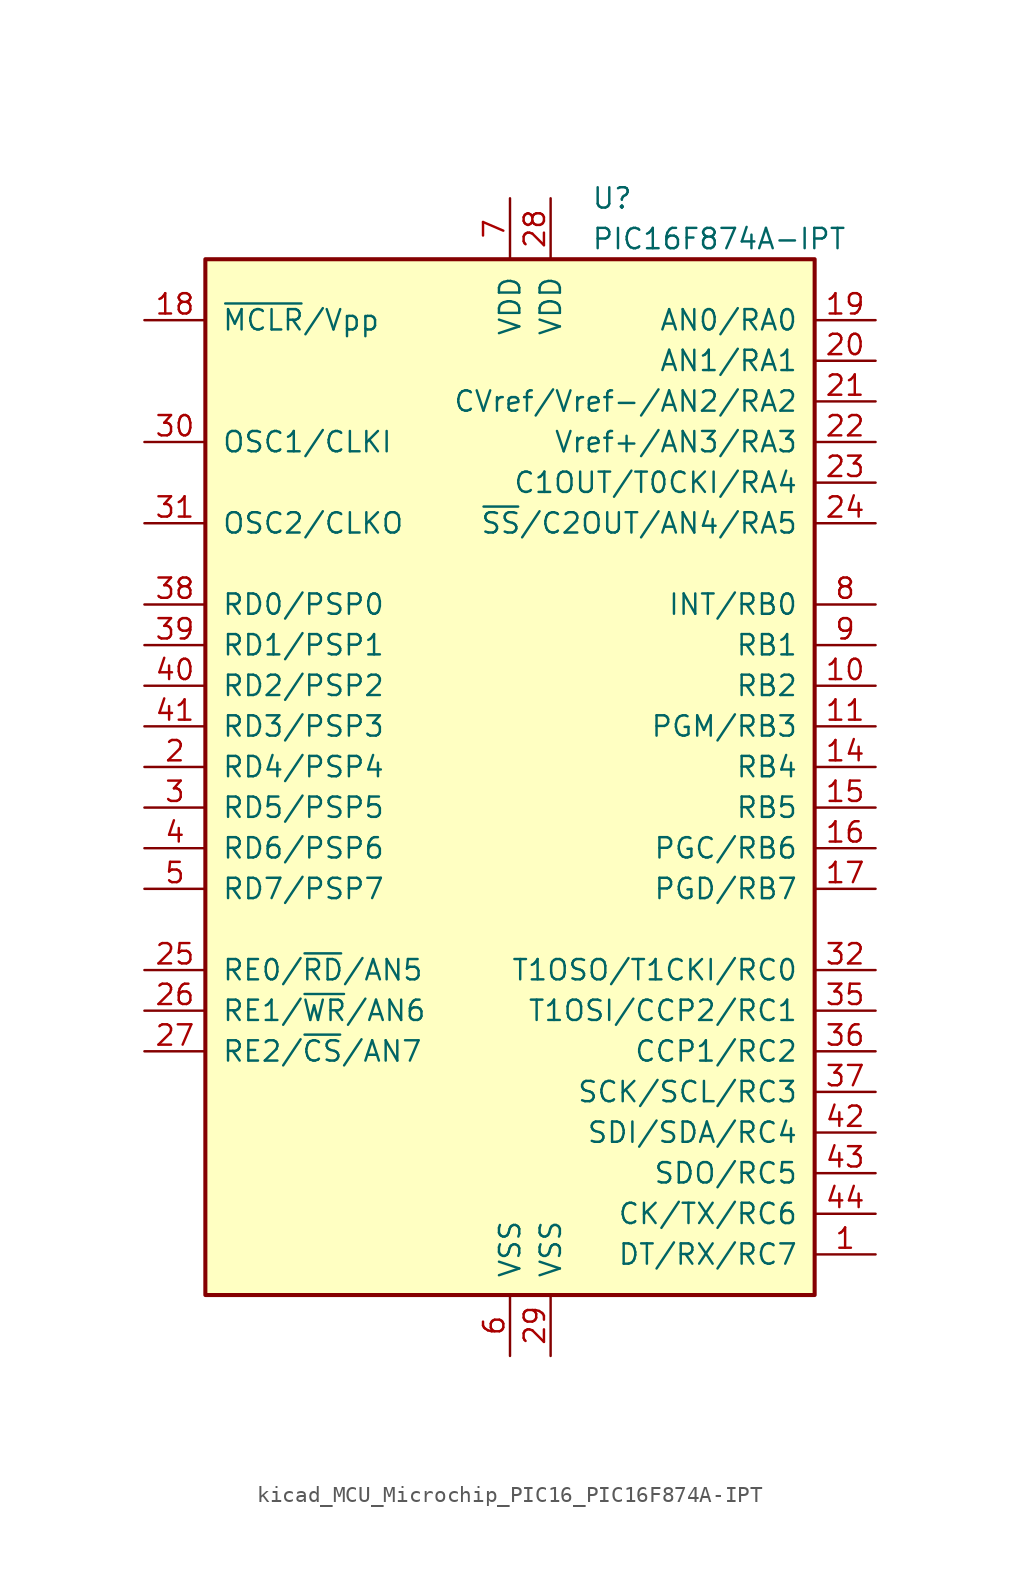
<source format=kicad_sym>
(kicad_symbol_lib
  (version 20220914)
  (generator kicad_symbol_editor)
  (symbol "kicad_MCU_Microchip_PIC16_PIC16F874A-IPT"
    (pin_names
      (offset 1.016))
    (property "Reference" "U"
      (at 5.08 35.56 0)
      (effects (font (size 1.27 1.27)) (justify left)))
    (property "Value" "PIC16F874A-IPT"
      (at 5.08 33.02 0)
      (effects (font (size 1.27 1.27)) (justify left)))
    (symbol "kicad_MCU_Microchip_PIC16_PIC16F874A-IPT_0_1"
      (rectangle (start -19.05 31.75) (end 19.05 -33.02) (stroke (width 0.254) (type default)) (fill (type background))))
    (symbol "kicad_MCU_Microchip_PIC16_PIC16F874A-IPT_1_1"
      (pin bidirectional line (at 22.86 -30.48 180) (length 3.81) (name "DT/RX/RC7" (effects (font (size 1.27 1.27)))) (number "1" (effects (font (size 1.27 1.27)))))
      (pin bidirectional line (at 22.86 5.08 180) (length 3.81) (name "RB2" (effects (font (size 1.27 1.27)))) (number "10" (effects (font (size 1.27 1.27)))))
      (pin bidirectional line (at 22.86 2.54 180) (length 3.81) (name "PGM/RB3" (effects (font (size 1.27 1.27)))) (number "11" (effects (font (size 1.27 1.27)))))
      (pin bidirectional line (at 22.86 0 180) (length 3.81) (name "RB4" (effects (font (size 1.27 1.27)))) (number "14" (effects (font (size 1.27 1.27)))))
      (pin bidirectional line (at 22.86 -2.54 180) (length 3.81) (name "RB5" (effects (font (size 1.27 1.27)))) (number "15" (effects (font (size 1.27 1.27)))))
      (pin bidirectional line (at 22.86 -5.08 180) (length 3.81) (name "PGC/RB6" (effects (font (size 1.27 1.27)))) (number "16" (effects (font (size 1.27 1.27)))))
      (pin bidirectional line (at 22.86 -7.62 180) (length 3.81) (name "PGD/RB7" (effects (font (size 1.27 1.27)))) (number "17" (effects (font (size 1.27 1.27)))))
      (pin input line (at -22.86 27.94 0) (length 3.81) (name "~{MCLR}/Vpp" (effects (font (size 1.27 1.27)))) (number "18" (effects (font (size 1.27 1.27)))))
      (pin bidirectional line (at 22.86 27.94 180) (length 3.81) (name "AN0/RA0" (effects (font (size 1.27 1.27)))) (number "19" (effects (font (size 1.27 1.27)))))
      (pin bidirectional line (at -22.86 0 0) (length 3.81) (name "RD4/PSP4" (effects (font (size 1.27 1.27)))) (number "2" (effects (font (size 1.27 1.27)))))
      (pin bidirectional line (at 22.86 25.4 180) (length 3.81) (name "AN1/RA1" (effects (font (size 1.27 1.27)))) (number "20" (effects (font (size 1.27 1.27)))))
      (pin bidirectional line (at 22.86 22.86 180) (length 3.81) (name "CVref/Vref-/AN2/RA2" (effects (font (size 1.27 1.27)))) (number "21" (effects (font (size 1.27 1.27)))))
      (pin bidirectional line (at 22.86 20.32 180) (length 3.81) (name "Vref+/AN3/RA3" (effects (font (size 1.27 1.27)))) (number "22" (effects (font (size 1.27 1.27)))))
      (pin bidirectional line (at 22.86 17.78 180) (length 3.81) (name "C1OUT/T0CKI/RA4" (effects (font (size 1.27 1.27)))) (number "23" (effects (font (size 1.27 1.27)))))
      (pin bidirectional line (at 22.86 15.24 180) (length 3.81) (name "~{SS}/C2OUT/AN4/RA5" (effects (font (size 1.27 1.27)))) (number "24" (effects (font (size 1.27 1.27)))))
      (pin bidirectional line (at -22.86 -12.7 0) (length 3.81) (name "RE0/~{RD}/AN5" (effects (font (size 1.27 1.27)))) (number "25" (effects (font (size 1.27 1.27)))))
      (pin bidirectional line (at -22.86 -15.24 0) (length 3.81) (name "RE1/~{WR}/AN6" (effects (font (size 1.27 1.27)))) (number "26" (effects (font (size 1.27 1.27)))))
      (pin bidirectional line (at -22.86 -17.78 0) (length 3.81) (name "RE2/~{CS}/AN7" (effects (font (size 1.27 1.27)))) (number "27" (effects (font (size 1.27 1.27)))))
      (pin power_in line (at 2.54 35.56 270) (length 3.81) (name "VDD" (effects (font (size 1.27 1.27)))) (number "28" (effects (font (size 1.27 1.27)))))
      (pin power_in line (at 2.54 -36.83 90) (length 3.81) (name "VSS" (effects (font (size 1.27 1.27)))) (number "29" (effects (font (size 1.27 1.27)))))
      (pin bidirectional line (at -22.86 -2.54 0) (length 3.81) (name "RD5/PSP5" (effects (font (size 1.27 1.27)))) (number "3" (effects (font (size 1.27 1.27)))))
      (pin input line (at -22.86 20.32 0) (length 3.81) (name "OSC1/CLKI" (effects (font (size 1.27 1.27)))) (number "30" (effects (font (size 1.27 1.27)))))
      (pin output line (at -22.86 15.24 0) (length 3.81) (name "OSC2/CLKO" (effects (font (size 1.27 1.27)))) (number "31" (effects (font (size 1.27 1.27)))))
      (pin bidirectional line (at 22.86 -12.7 180) (length 3.81) (name "T1OSO/T1CKI/RC0" (effects (font (size 1.27 1.27)))) (number "32" (effects (font (size 1.27 1.27)))))
      (pin bidirectional line (at 22.86 -15.24 180) (length 3.81) (name "T1OSI/CCP2/RC1" (effects (font (size 1.27 1.27)))) (number "35" (effects (font (size 1.27 1.27)))))
      (pin bidirectional line (at 22.86 -17.78 180) (length 3.81) (name "CCP1/RC2" (effects (font (size 1.27 1.27)))) (number "36" (effects (font (size 1.27 1.27)))))
      (pin bidirectional line (at 22.86 -20.32 180) (length 3.81) (name "SCK/SCL/RC3" (effects (font (size 1.27 1.27)))) (number "37" (effects (font (size 1.27 1.27)))))
      (pin bidirectional line (at -22.86 10.16 0) (length 3.81) (name "RD0/PSP0" (effects (font (size 1.27 1.27)))) (number "38" (effects (font (size 1.27 1.27)))))
      (pin bidirectional line (at -22.86 7.62 0) (length 3.81) (name "RD1/PSP1" (effects (font (size 1.27 1.27)))) (number "39" (effects (font (size 1.27 1.27)))))
      (pin bidirectional line (at -22.86 -5.08 0) (length 3.81) (name "RD6/PSP6" (effects (font (size 1.27 1.27)))) (number "4" (effects (font (size 1.27 1.27)))))
      (pin bidirectional line (at -22.86 5.08 0) (length 3.81) (name "RD2/PSP2" (effects (font (size 1.27 1.27)))) (number "40" (effects (font (size 1.27 1.27)))))
      (pin bidirectional line (at -22.86 2.54 0) (length 3.81) (name "RD3/PSP3" (effects (font (size 1.27 1.27)))) (number "41" (effects (font (size 1.27 1.27)))))
      (pin bidirectional line (at 22.86 -22.86 180) (length 3.81) (name "SDI/SDA/RC4" (effects (font (size 1.27 1.27)))) (number "42" (effects (font (size 1.27 1.27)))))
      (pin bidirectional line (at 22.86 -25.4 180) (length 3.81) (name "SDO/RC5" (effects (font (size 1.27 1.27)))) (number "43" (effects (font (size 1.27 1.27)))))
      (pin bidirectional line (at 22.86 -27.94 180) (length 3.81) (name "CK/TX/RC6" (effects (font (size 1.27 1.27)))) (number "44" (effects (font (size 1.27 1.27)))))
      (pin bidirectional line (at -22.86 -7.62 0) (length 3.81) (name "RD7/PSP7" (effects (font (size 1.27 1.27)))) (number "5" (effects (font (size 1.27 1.27)))))
      (pin power_in line (at 0 -36.83 90) (length 3.81) (name "VSS" (effects (font (size 1.27 1.27)))) (number "6" (effects (font (size 1.27 1.27)))))
      (pin power_in line (at 0 35.56 270) (length 3.81) (name "VDD" (effects (font (size 1.27 1.27)))) (number "7" (effects (font (size 1.27 1.27)))))
      (pin bidirectional line (at 22.86 10.16 180) (length 3.81) (name "INT/RB0" (effects (font (size 1.27 1.27)))) (number "8" (effects (font (size 1.27 1.27)))))
      (pin bidirectional line (at 22.86 7.62 180) (length 3.81) (name "RB1" (effects (font (size 1.27 1.27)))) (number "9" (effects (font (size 1.27 1.27))))))))
</source>
